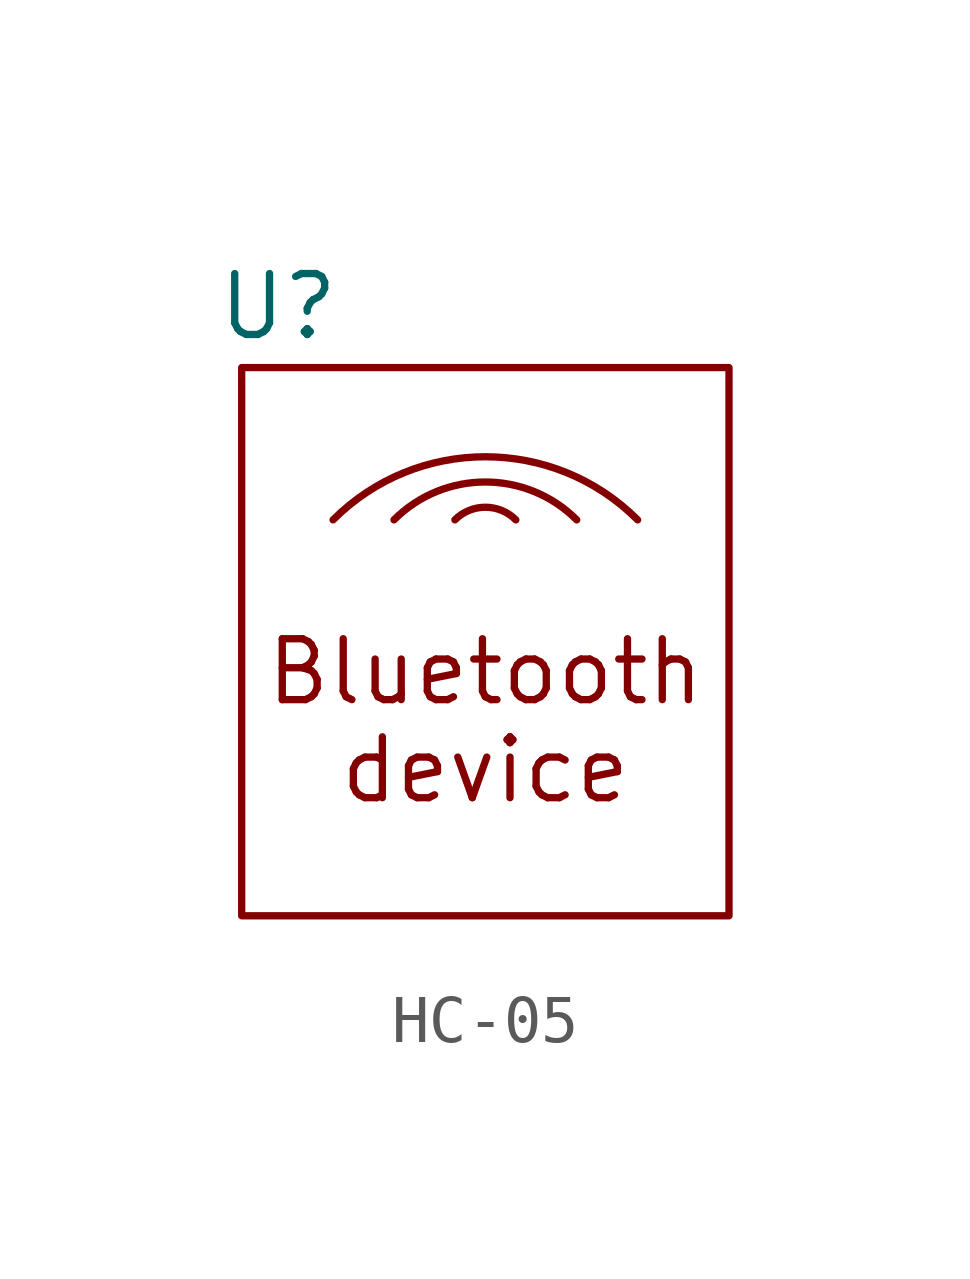
<source format=kicad_sym>
(kicad_symbol_lib
  (version 20231120)
  (generator "kicad_symbol_editor")
  (generator_version "8.0")
  (symbol "HC-05"
    (property "Reference" "U"
      (at -4.318 11.43 0)
      (effects (font (size 1.27 1.27))))
    (property "Value" ""
      (at 0 0 0)
      (effects (font (size 1.27 1.27))))
    (symbol "HC-05_0_1"
      (rectangle (start -5.08 10.16) (end 5.08 -1.27) (stroke (width 0) (type default)) (fill (type none)))
      (arc (start 0.635 6.985) (mid 0 7.248) (end -0.635 6.985) (stroke (width 0) (type default)) (fill (type none)))
      (arc (start 1.905 6.985) (mid 0 7.7741) (end -1.905 6.985) (stroke (width 0) (type default)) (fill (type none)))
      (arc (start 3.175 6.985) (mid 0 8.3001) (end -3.175 6.985) (stroke (width 0) (type default)) (fill (type none))))
    (symbol "HC-05_1_1"
      (text "Bluetooth\ndevice" (at 0 2.794 0) (effects (font (size 1.27 1.27)))))))
</source>
